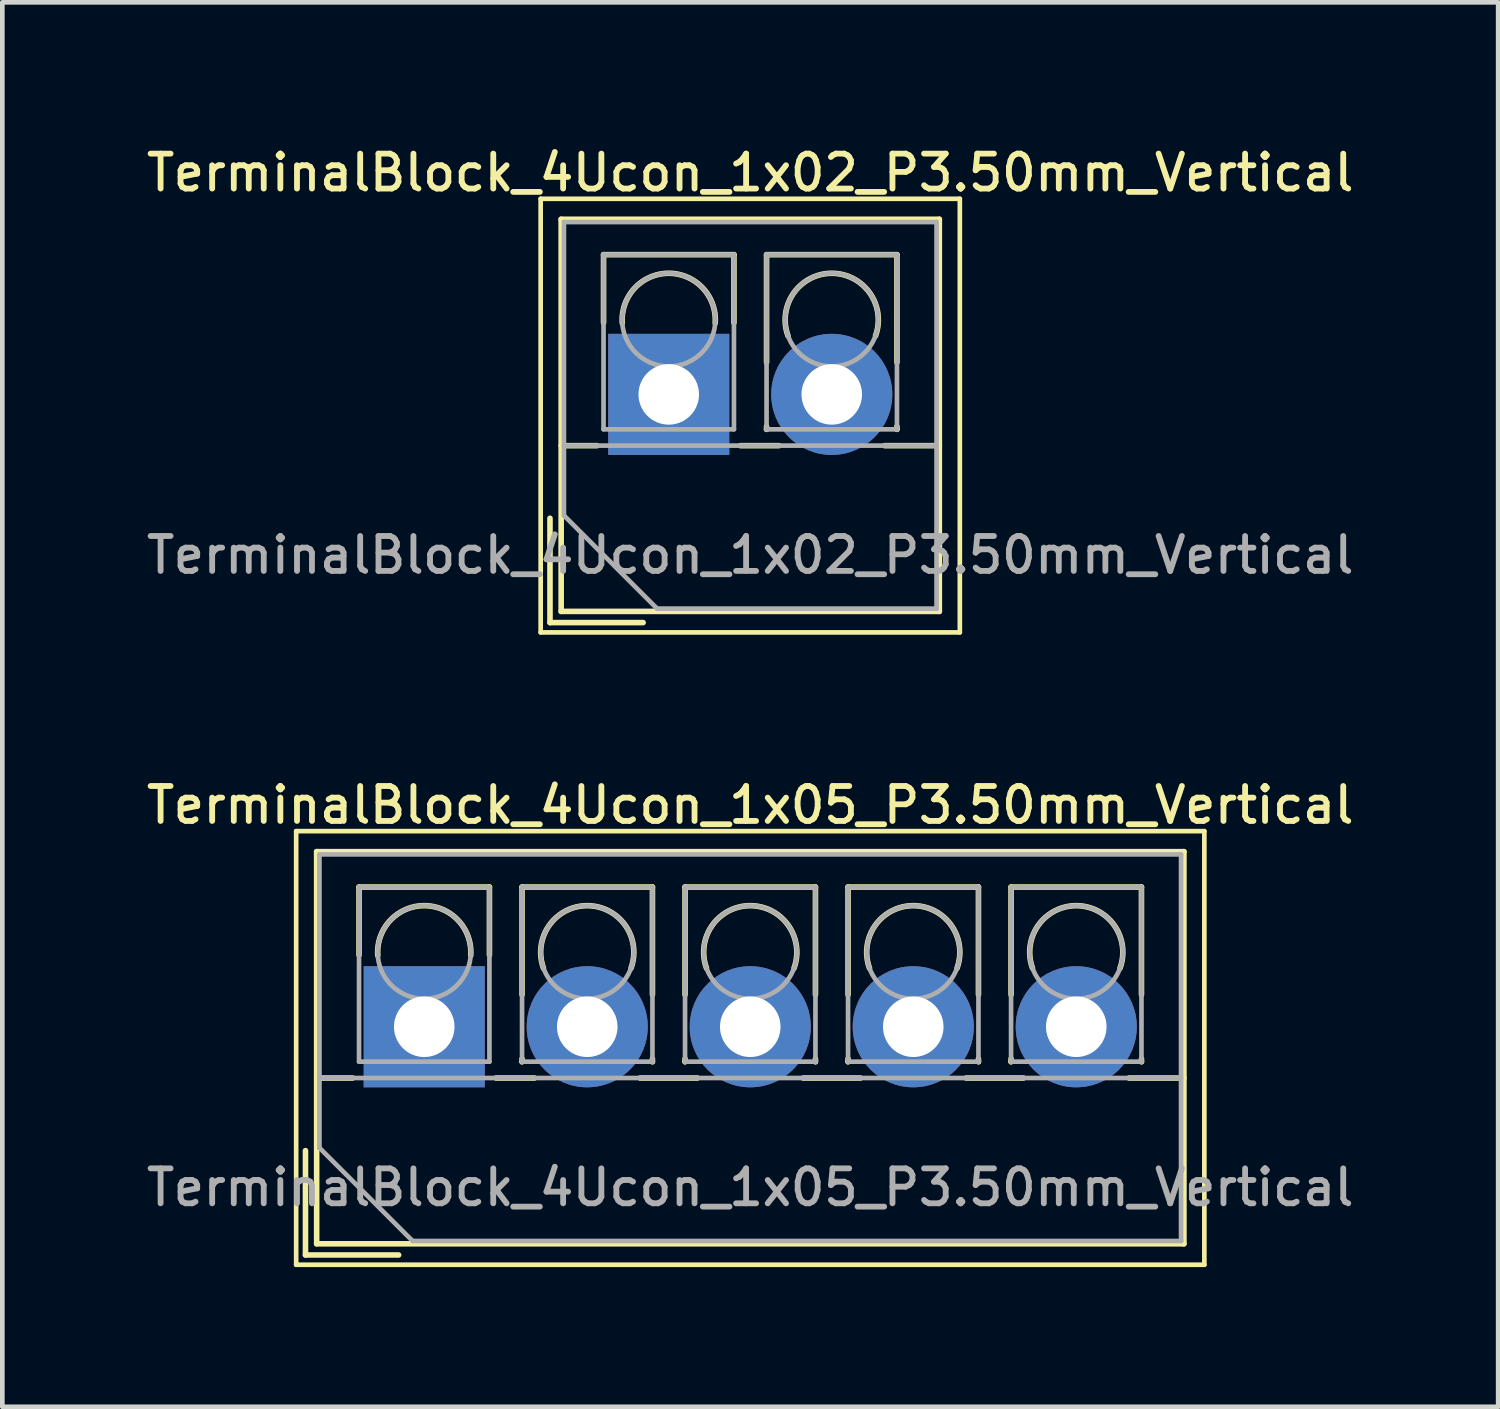
<source format=kicad_pcb>
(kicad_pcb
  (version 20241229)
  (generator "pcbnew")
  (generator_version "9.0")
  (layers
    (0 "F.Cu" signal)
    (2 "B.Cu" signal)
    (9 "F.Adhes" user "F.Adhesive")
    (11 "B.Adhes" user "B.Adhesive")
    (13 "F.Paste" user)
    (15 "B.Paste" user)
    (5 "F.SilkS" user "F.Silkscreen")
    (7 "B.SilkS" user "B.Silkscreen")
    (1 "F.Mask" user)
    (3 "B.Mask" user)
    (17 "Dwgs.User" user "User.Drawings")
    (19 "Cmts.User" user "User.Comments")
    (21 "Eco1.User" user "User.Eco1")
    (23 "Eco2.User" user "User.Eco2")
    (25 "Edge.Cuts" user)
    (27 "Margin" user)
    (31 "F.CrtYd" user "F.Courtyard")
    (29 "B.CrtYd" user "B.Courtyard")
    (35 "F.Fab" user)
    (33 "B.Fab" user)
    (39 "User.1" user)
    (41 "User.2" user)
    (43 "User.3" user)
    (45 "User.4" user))
  (footprint "TerminalBlock_4Ucon_1x02_P3.50mm_Vertical"
    (layer "F.Cu")
    (at 11.309 5.418)
    (property "Reference" "TerminalBlock_4Ucon_1x02_P3.50mm_Vertical" (at 1.75 -4.76 0) (layer "F.SilkS") (effects (font (size 0.75 0.75) (thickness 0.125))))
    (attr through_hole)
    (fp_line (start -2.75 -4.2) (end -2.75 5.11) (stroke (width 0.1) (type solid)) (layer "F.SilkS"))
    (fp_line (start -2.75 5.11) (end 6.25 5.11) (stroke (width 0.1) (type solid)) (layer "F.SilkS"))
    (fp_line (start -2.55 2.66) (end -2.55 4.9) (stroke (width 0.12) (type solid)) (layer "F.SilkS"))
    (fp_line (start -2.55 4.9) (end -0.55 4.9) (stroke (width 0.12) (type solid)) (layer "F.SilkS"))
    (fp_line (start -2.31 -3.76) (end -2.31 4.66) (stroke (width 0.12) (type solid)) (layer "F.SilkS"))
    (fp_line (start -2.31 -3.76) (end 5.81 -3.76) (stroke (width 0.12) (type solid)) (layer "F.SilkS"))
    (fp_line (start -2.31 1.101) (end -1.54 1.101) (stroke (width 0.12) (type solid)) (layer "F.SilkS"))
    (fp_line (start -2.31 4.66) (end 5.81 4.66) (stroke (width 0.12) (type solid)) (layer "F.SilkS"))
    (fp_line (start -1.4 -3) (end -1.4 -1.54) (stroke (width 0.12) (type solid)) (layer "F.SilkS"))
    (fp_line (start -1.4 -3) (end 1.4 -3) (stroke (width 0.12) (type solid)) (layer "F.SilkS"))
    (fp_line (start 1.4 -3) (end 1.4 -1.54) (stroke (width 0.12) (type solid)) (layer "F.SilkS"))
    (fp_line (start 1.54 1.101) (end 2.367 1.101) (stroke (width 0.12) (type solid)) (layer "F.SilkS"))
    (fp_line (start 2.1 -3) (end 2.1 -0.689) (stroke (width 0.12) (type solid)) (layer "F.SilkS"))
    (fp_line (start 2.1 -3) (end 4.9 -3) (stroke (width 0.12) (type solid)) (layer "F.SilkS"))
    (fp_line (start 2.1 0.689) (end 2.1 0.75) (stroke (width 0.12) (type solid)) (layer "F.SilkS"))
    (fp_line (start 2.1 0.75) (end 2.101 0.75) (stroke (width 0.12) (type solid)) (layer "F.SilkS"))
    (fp_line (start 4.634 1.101) (end 5.81 1.101) (stroke (width 0.12) (type solid)) (layer "F.SilkS"))
    (fp_line (start 4.9 -3) (end 4.9 -0.689) (stroke (width 0.12) (type solid)) (layer "F.SilkS"))
    (fp_line (start 4.9 0.689) (end 4.9 0.75) (stroke (width 0.12) (type solid)) (layer "F.SilkS"))
    (fp_line (start 4.9 0.75) (end 4.9 0.75) (stroke (width 0.12) (type solid)) (layer "F.SilkS"))
    (fp_line (start 5.81 -3.76) (end 5.81 4.66) (stroke (width 0.12) (type solid)) (layer "F.SilkS"))
    (fp_line (start 6.25 -4.2) (end -2.75 -4.2) (stroke (width 0.1) (type solid)) (layer "F.SilkS"))
    (fp_line (start 6.25 5.11) (end 6.25 -4.2) (stroke (width 0.1) (type solid)) (layer "F.SilkS"))
    (fp_arc (start -0.99789 -1.529434) (mid -0.000785 -2.600382) (end 0.998 -1.531) (stroke (width 0.12) (type solid)) (layer "F.SilkS"))
    (fp_arc (start 2.560085 -1.257767) (mid 3.499876 -2.600282) (end 4.44 -1.258) (stroke (width 0.12) (type solid)) (layer "F.SilkS"))
    (fp_line (start -2.25 -3.7) (end 5.75 -3.7) (stroke (width 0.1) (type solid)) (layer "F.Fab"))
    (fp_line (start -2.25 1.1) (end 5.75 1.1) (stroke (width 0.1) (type solid)) (layer "F.Fab"))
    (fp_line (start -2.25 2.6) (end -2.25 -3.7) (stroke (width 0.1) (type solid)) (layer "F.Fab"))
    (fp_line (start -1.4 -3) (end -1.4 0.75) (stroke (width 0.1) (type solid)) (layer "F.Fab"))
    (fp_line (start -1.4 0.75) (end 1.4 0.75) (stroke (width 0.1) (type solid)) (layer "F.Fab"))
    (fp_line (start -0.25 4.6) (end -2.25 2.6) (stroke (width 0.1) (type solid)) (layer "F.Fab"))
    (fp_line (start 1.4 -3) (end -1.4 -3) (stroke (width 0.1) (type solid)) (layer "F.Fab"))
    (fp_line (start 1.4 0.75) (end 1.4 -3) (stroke (width 0.1) (type solid)) (layer "F.Fab"))
    (fp_line (start 2.1 -3) (end 2.1 0.75) (stroke (width 0.1) (type solid)) (layer "F.Fab"))
    (fp_line (start 2.1 0.75) (end 4.9 0.75) (stroke (width 0.1) (type solid)) (layer "F.Fab"))
    (fp_line (start 4.9 -3) (end 2.1 -3) (stroke (width 0.1) (type solid)) (layer "F.Fab"))
    (fp_line (start 4.9 0.75) (end 4.9 -3) (stroke (width 0.1) (type solid)) (layer "F.Fab"))
    (fp_line (start 5.75 -3.7) (end 5.75 4.6) (stroke (width 0.1) (type solid)) (layer "F.Fab"))
    (fp_line (start 5.75 4.6) (end -0.25 4.6) (stroke (width 0.1) (type solid)) (layer "F.Fab"))
    (fp_circle (center 0 -1.6) (end 1 -1.6) (stroke (width 0.1) (type solid)) (fill no) (layer "F.Fab"))
    (fp_circle (center 3.5 -1.6) (end 4.5 -1.6) (stroke (width 0.1) (type solid)) (fill no) (layer "F.Fab"))
    (fp_text user "${REFERENCE}" (at 1.75 3.45 0) (layer "F.Fab") (effects (font (size 0.75 0.75) (thickness 0.125))))
    (pad "1" thru_hole rect (at 0 0) (size 2.6 2.6) (drill 1.3) (layers "*.Cu" "*.Mask"))
    (pad "2" thru_hole circle (at 3.5 0) (size 2.6 2.6) (drill 1.3) (layers "*.Cu" "*.Mask")))
  (footprint "TerminalBlock_4Ucon_1x05_P3.50mm_Vertical"
    (layer "F.Cu")
    (at 6.059 18.996)
    (property "Reference" "TerminalBlock_4Ucon_1x05_P3.50mm_Vertical" (at 7 -4.76 0) (layer "F.SilkS") (effects (font (size 0.75 0.75) (thickness 0.125))))
    (attr through_hole)
    (fp_line (start -2.75 -4.2) (end -2.75 5.11) (stroke (width 0.1) (type solid)) (layer "F.SilkS"))
    (fp_line (start -2.75 5.11) (end 16.75 5.11) (stroke (width 0.1) (type solid)) (layer "F.SilkS"))
    (fp_line (start -2.55 2.66) (end -2.55 4.9) (stroke (width 0.12) (type solid)) (layer "F.SilkS"))
    (fp_line (start -2.55 4.9) (end -0.55 4.9) (stroke (width 0.12) (type solid)) (layer "F.SilkS"))
    (fp_line (start -2.31 -3.76) (end -2.31 4.66) (stroke (width 0.12) (type solid)) (layer "F.SilkS"))
    (fp_line (start -2.31 -3.76) (end 16.311 -3.76) (stroke (width 0.12) (type solid)) (layer "F.SilkS"))
    (fp_line (start -2.31 1.101) (end -1.54 1.101) (stroke (width 0.12) (type solid)) (layer "F.SilkS"))
    (fp_line (start -2.31 4.66) (end 16.311 4.66) (stroke (width 0.12) (type solid)) (layer "F.SilkS"))
    (fp_line (start -1.4 -3) (end -1.4 -1.54) (stroke (width 0.12) (type solid)) (layer "F.SilkS"))
    (fp_line (start -1.4 -3) (end 1.4 -3) (stroke (width 0.12) (type solid)) (layer "F.SilkS"))
    (fp_line (start 1.4 -3) (end 1.4 -1.54) (stroke (width 0.12) (type solid)) (layer "F.SilkS"))
    (fp_line (start 1.54 1.101) (end 2.367 1.101) (stroke (width 0.12) (type solid)) (layer "F.SilkS"))
    (fp_line (start 2.1 -3) (end 2.1 -0.689) (stroke (width 0.12) (type solid)) (layer "F.SilkS"))
    (fp_line (start 2.1 -3) (end 4.9 -3) (stroke (width 0.12) (type solid)) (layer "F.SilkS"))
    (fp_line (start 2.1 0.689) (end 2.1 0.75) (stroke (width 0.12) (type solid)) (layer "F.SilkS"))
    (fp_line (start 2.1 0.75) (end 2.101 0.75) (stroke (width 0.12) (type solid)) (layer "F.SilkS"))
    (fp_line (start 4.634 1.101) (end 5.867 1.101) (stroke (width 0.12) (type solid)) (layer "F.SilkS"))
    (fp_line (start 4.9 -3) (end 4.9 -0.689) (stroke (width 0.12) (type solid)) (layer "F.SilkS"))
    (fp_line (start 4.9 0.689) (end 4.9 0.75) (stroke (width 0.12) (type solid)) (layer "F.SilkS"))
    (fp_line (start 4.9 0.75) (end 4.9 0.75) (stroke (width 0.12) (type solid)) (layer "F.SilkS"))
    (fp_line (start 5.6 -3) (end 5.6 -0.689) (stroke (width 0.12) (type solid)) (layer "F.SilkS"))
    (fp_line (start 5.6 -3) (end 8.4 -3) (stroke (width 0.12) (type solid)) (layer "F.SilkS"))
    (fp_line (start 5.6 0.689) (end 5.6 0.75) (stroke (width 0.12) (type solid)) (layer "F.SilkS"))
    (fp_line (start 5.6 0.75) (end 5.601 0.75) (stroke (width 0.12) (type solid)) (layer "F.SilkS"))
    (fp_line (start 8.134 1.101) (end 9.367 1.101) (stroke (width 0.12) (type solid)) (layer "F.SilkS"))
    (fp_line (start 8.4 -3) (end 8.4 -0.689) (stroke (width 0.12) (type solid)) (layer "F.SilkS"))
    (fp_line (start 8.4 0.689) (end 8.4 0.75) (stroke (width 0.12) (type solid)) (layer "F.SilkS"))
    (fp_line (start 8.4 0.75) (end 8.4 0.75) (stroke (width 0.12) (type solid)) (layer "F.SilkS"))
    (fp_line (start 9.1 -3) (end 9.1 -0.689) (stroke (width 0.12) (type solid)) (layer "F.SilkS"))
    (fp_line (start 9.1 -3) (end 11.9 -3) (stroke (width 0.12) (type solid)) (layer "F.SilkS"))
    (fp_line (start 9.1 0.689) (end 9.1 0.75) (stroke (width 0.12) (type solid)) (layer "F.SilkS"))
    (fp_line (start 9.1 0.75) (end 9.101 0.75) (stroke (width 0.12) (type solid)) (layer "F.SilkS"))
    (fp_line (start 11.634 1.101) (end 12.867 1.101) (stroke (width 0.12) (type solid)) (layer "F.SilkS"))
    (fp_line (start 11.9 -3) (end 11.9 -0.689) (stroke (width 0.12) (type solid)) (layer "F.SilkS"))
    (fp_line (start 11.9 0.689) (end 11.9 0.75) (stroke (width 0.12) (type solid)) (layer "F.SilkS"))
    (fp_line (start 11.9 0.75) (end 11.9 0.75) (stroke (width 0.12) (type solid)) (layer "F.SilkS"))
    (fp_line (start 12.6 -3) (end 12.6 -0.689) (stroke (width 0.12) (type solid)) (layer "F.SilkS"))
    (fp_line (start 12.6 -3) (end 15.4 -3) (stroke (width 0.12) (type solid)) (layer "F.SilkS"))
    (fp_line (start 12.6 0.689) (end 12.6 0.75) (stroke (width 0.12) (type solid)) (layer "F.SilkS"))
    (fp_line (start 12.6 0.75) (end 12.601 0.75) (stroke (width 0.12) (type solid)) (layer "F.SilkS"))
    (fp_line (start 15.134 1.101) (end 16.311 1.101) (stroke (width 0.12) (type solid)) (layer "F.SilkS"))
    (fp_line (start 15.4 -3) (end 15.4 -0.689) (stroke (width 0.12) (type solid)) (layer "F.SilkS"))
    (fp_line (start 15.4 0.689) (end 15.4 0.75) (stroke (width 0.12) (type solid)) (layer "F.SilkS"))
    (fp_line (start 15.4 0.75) (end 15.4 0.75) (stroke (width 0.12) (type solid)) (layer "F.SilkS"))
    (fp_line (start 16.311 -3.76) (end 16.311 4.66) (stroke (width 0.12) (type solid)) (layer "F.SilkS"))
    (fp_line (start 16.75 -4.2) (end -2.75 -4.2) (stroke (width 0.1) (type solid)) (layer "F.SilkS"))
    (fp_line (start 16.75 5.11) (end 16.75 -4.2) (stroke (width 0.1) (type solid)) (layer "F.SilkS"))
    (fp_arc (start -0.99789 -1.529434) (mid -0.000785 -2.600382) (end 0.998 -1.531) (stroke (width 0.12) (type solid)) (layer "F.SilkS"))
    (fp_arc (start 2.560085 -1.257767) (mid 3.499876 -2.600282) (end 4.44 -1.258) (stroke (width 0.12) (type solid)) (layer "F.SilkS"))
    (fp_arc (start 6.060085 -1.257767) (mid 6.999876 -2.600282) (end 7.94 -1.258) (stroke (width 0.12) (type solid)) (layer "F.SilkS"))
    (fp_arc (start 9.560085 -1.257767) (mid 10.499876 -2.600282) (end 11.44 -1.258) (stroke (width 0.12) (type solid)) (layer "F.SilkS"))
    (fp_arc (start 13.060085 -1.257767) (mid 13.999876 -2.600282) (end 14.94 -1.258) (stroke (width 0.12) (type solid)) (layer "F.SilkS"))
    (fp_line (start -2.25 -3.7) (end 16.25 -3.7) (stroke (width 0.1) (type solid)) (layer "F.Fab"))
    (fp_line (start -2.25 1.1) (end 16.25 1.1) (stroke (width 0.1) (type solid)) (layer "F.Fab"))
    (fp_line (start -2.25 2.6) (end -2.25 -3.7) (stroke (width 0.1) (type solid)) (layer "F.Fab"))
    (fp_line (start -1.4 -3) (end -1.4 0.75) (stroke (width 0.1) (type solid)) (layer "F.Fab"))
    (fp_line (start -1.4 0.75) (end 1.4 0.75) (stroke (width 0.1) (type solid)) (layer "F.Fab"))
    (fp_line (start -0.25 4.6) (end -2.25 2.6) (stroke (width 0.1) (type solid)) (layer "F.Fab"))
    (fp_line (start 1.4 -3) (end -1.4 -3) (stroke (width 0.1) (type solid)) (layer "F.Fab"))
    (fp_line (start 1.4 0.75) (end 1.4 -3) (stroke (width 0.1) (type solid)) (layer "F.Fab"))
    (fp_line (start 2.1 -3) (end 2.1 0.75) (stroke (width 0.1) (type solid)) (layer "F.Fab"))
    (fp_line (start 2.1 0.75) (end 4.9 0.75) (stroke (width 0.1) (type solid)) (layer "F.Fab"))
    (fp_line (start 4.9 -3) (end 2.1 -3) (stroke (width 0.1) (type solid)) (layer "F.Fab"))
    (fp_line (start 4.9 0.75) (end 4.9 -3) (stroke (width 0.1) (type solid)) (layer "F.Fab"))
    (fp_line (start 5.6 -3) (end 5.6 0.75) (stroke (width 0.1) (type solid)) (layer "F.Fab"))
    (fp_line (start 5.6 0.75) (end 8.4 0.75) (stroke (width 0.1) (type solid)) (layer "F.Fab"))
    (fp_line (start 8.4 -3) (end 5.6 -3) (stroke (width 0.1) (type solid)) (layer "F.Fab"))
    (fp_line (start 8.4 0.75) (end 8.4 -3) (stroke (width 0.1) (type solid)) (layer "F.Fab"))
    (fp_line (start 9.1 -3) (end 9.1 0.75) (stroke (width 0.1) (type solid)) (layer "F.Fab"))
    (fp_line (start 9.1 0.75) (end 11.9 0.75) (stroke (width 0.1) (type solid)) (layer "F.Fab"))
    (fp_line (start 11.9 -3) (end 9.1 -3) (stroke (width 0.1) (type solid)) (layer "F.Fab"))
    (fp_line (start 11.9 0.75) (end 11.9 -3) (stroke (width 0.1) (type solid)) (layer "F.Fab"))
    (fp_line (start 12.6 -3) (end 12.6 0.75) (stroke (width 0.1) (type solid)) (layer "F.Fab"))
    (fp_line (start 12.6 0.75) (end 15.4 0.75) (stroke (width 0.1) (type solid)) (layer "F.Fab"))
    (fp_line (start 15.4 -3) (end 12.6 -3) (stroke (width 0.1) (type solid)) (layer "F.Fab"))
    (fp_line (start 15.4 0.75) (end 15.4 -3) (stroke (width 0.1) (type solid)) (layer "F.Fab"))
    (fp_line (start 16.25 -3.7) (end 16.25 4.6) (stroke (width 0.1) (type solid)) (layer "F.Fab"))
    (fp_line (start 16.25 4.6) (end -0.25 4.6) (stroke (width 0.1) (type solid)) (layer "F.Fab"))
    (fp_circle (center 0 -1.6) (end 1 -1.6) (stroke (width 0.1) (type solid)) (fill no) (layer "F.Fab"))
    (fp_circle (center 3.5 -1.6) (end 4.5 -1.6) (stroke (width 0.1) (type solid)) (fill no) (layer "F.Fab"))
    (fp_circle (center 7 -1.6) (end 8 -1.6) (stroke (width 0.1) (type solid)) (fill no) (layer "F.Fab"))
    (fp_circle (center 10.5 -1.6) (end 11.5 -1.6) (stroke (width 0.1) (type solid)) (fill no) (layer "F.Fab"))
    (fp_circle (center 14 -1.6) (end 15 -1.6) (stroke (width 0.1) (type solid)) (fill no) (layer "F.Fab"))
    (fp_text user "${REFERENCE}" (at 7 3.45 0) (layer "F.Fab") (effects (font (size 0.75 0.75) (thickness 0.125))))
    (pad "1" thru_hole rect (at 0 0) (size 2.6 2.6) (drill 1.3) (layers "*.Cu" "*.Mask"))
    (pad "2" thru_hole circle (at 3.5 0) (size 2.6 2.6) (drill 1.3) (layers "*.Cu" "*.Mask"))
    (pad "3" thru_hole circle (at 7 0) (size 2.6 2.6) (drill 1.3) (layers "*.Cu" "*.Mask"))
    (pad "4" thru_hole circle (at 10.5 0) (size 2.6 2.6) (drill 1.3) (layers "*.Cu" "*.Mask"))
    (pad "5" thru_hole circle (at 14 0) (size 2.6 2.6) (drill 1.3) (layers "*.Cu" "*.Mask")))
  (gr_rect
    (start -3 -3)
    (end 29.118 27.156)
    (stroke (width 0.1) (type default))
    (fill no)
    (layer "Edge.Cuts")))
</source>
